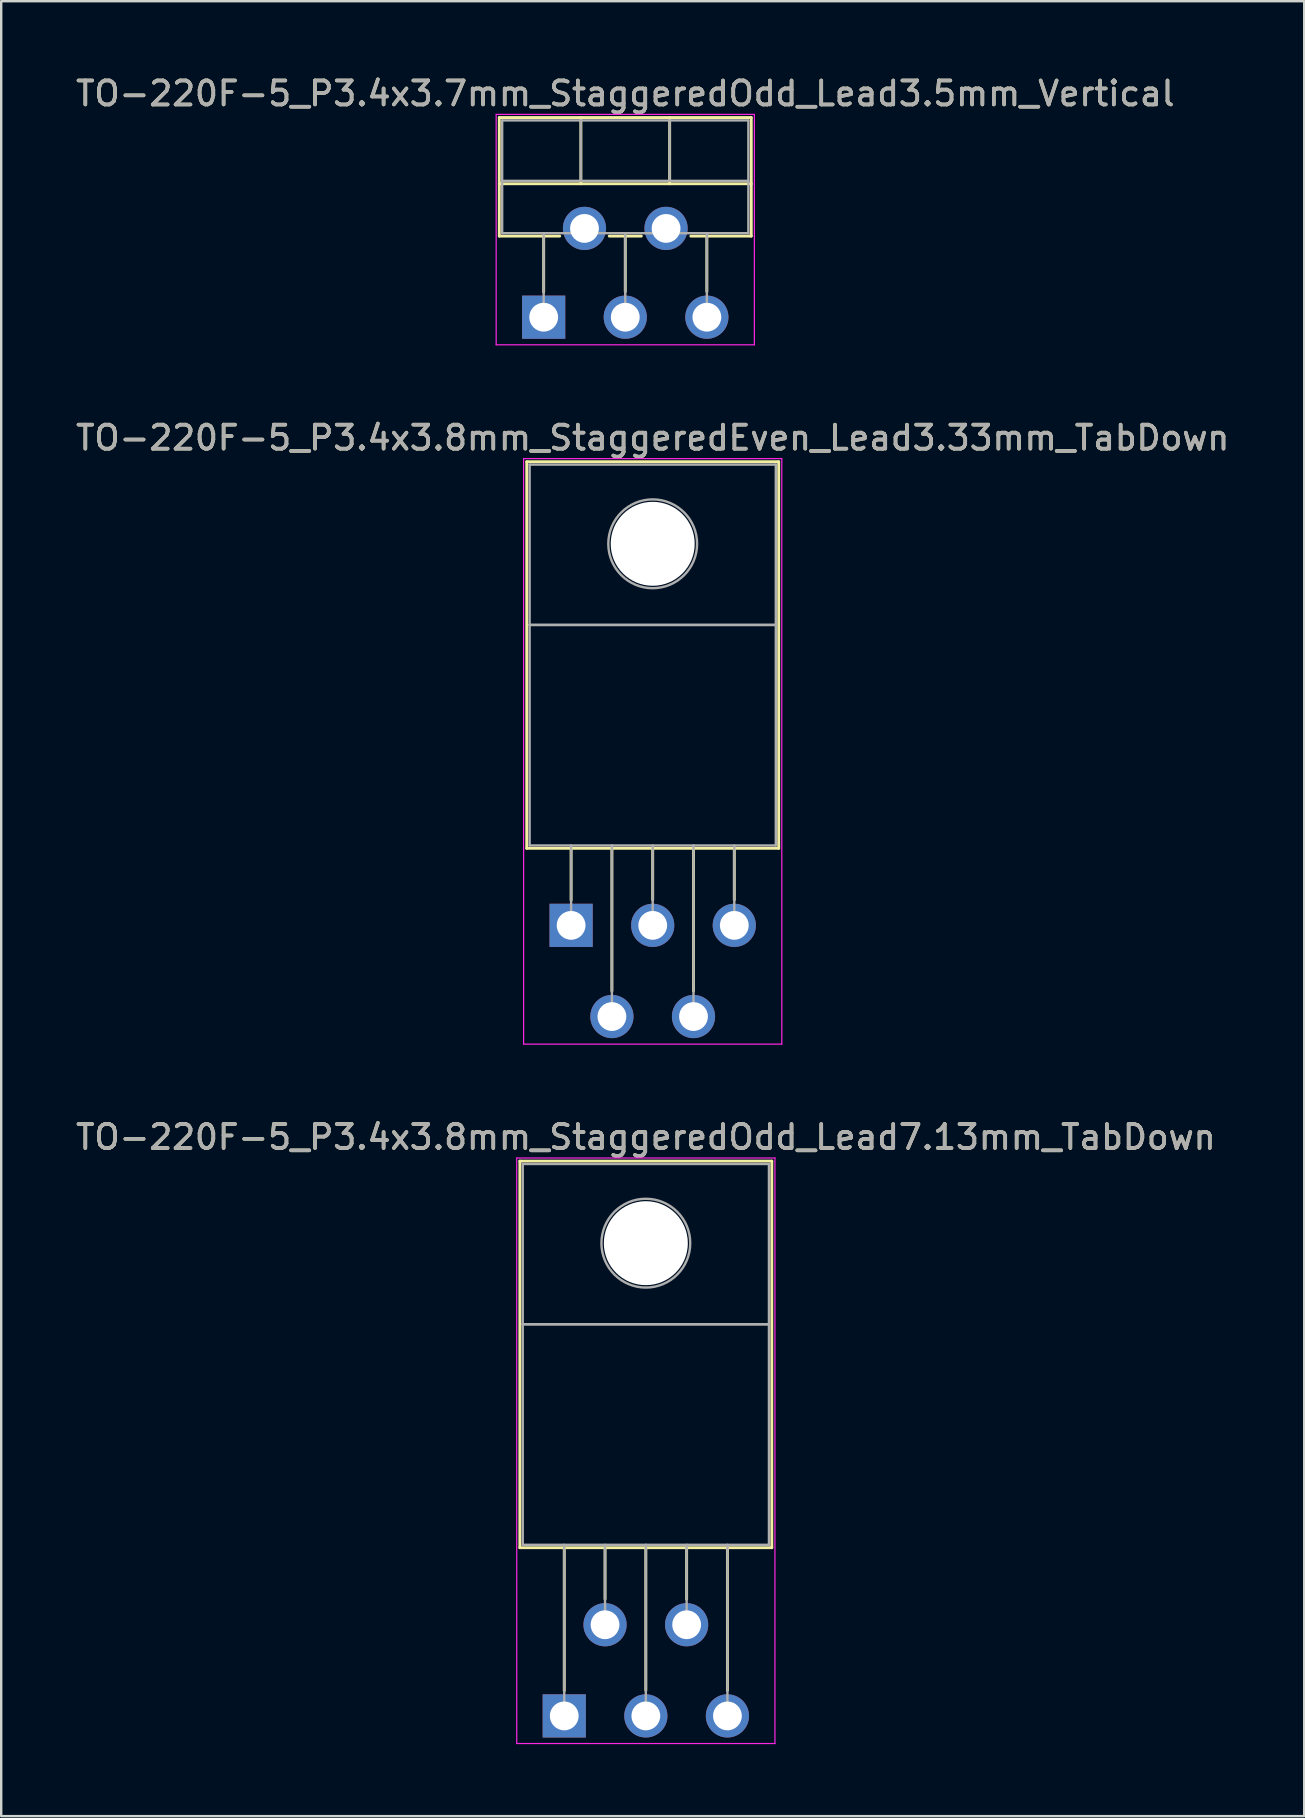
<source format=kicad_pcb>
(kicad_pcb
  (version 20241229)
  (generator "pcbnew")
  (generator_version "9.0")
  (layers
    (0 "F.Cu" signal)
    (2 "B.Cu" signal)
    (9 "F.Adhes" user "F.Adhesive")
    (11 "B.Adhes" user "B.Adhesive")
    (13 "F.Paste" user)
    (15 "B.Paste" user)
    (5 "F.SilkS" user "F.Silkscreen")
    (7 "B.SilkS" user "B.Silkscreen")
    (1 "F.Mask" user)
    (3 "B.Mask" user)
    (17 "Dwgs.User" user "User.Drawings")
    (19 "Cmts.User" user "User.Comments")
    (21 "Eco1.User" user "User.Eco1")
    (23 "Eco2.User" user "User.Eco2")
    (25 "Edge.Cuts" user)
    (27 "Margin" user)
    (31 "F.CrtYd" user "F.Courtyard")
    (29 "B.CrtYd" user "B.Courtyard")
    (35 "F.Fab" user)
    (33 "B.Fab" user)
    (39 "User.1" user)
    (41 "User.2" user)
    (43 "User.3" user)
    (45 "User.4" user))
  (footprint "TO-220F-5_P3.4x3.8mm_StaggeredEven_Lead3.33mm_TabDown"
    (layer "F.Cu")
    (at 20.749 35.511)
    (property "Reference" "TO-220F-5_P3.4x3.8mm_StaggeredEven_Lead3.33mm_TabDown" (at 3.4 -20.32 0) (layer "F.SilkS") (effects (font (size 1 1) (thickness 0.15))))
    (attr through_hole)
    (fp_line (start -1.85 -19.32) (end -1.85 -3.21) (stroke (width 0.12) (type solid)) (layer "F.SilkS"))
    (fp_line (start -1.85 -19.32) (end 8.65 -19.32) (stroke (width 0.12) (type solid)) (layer "F.SilkS"))
    (fp_line (start -1.85 -3.21) (end 8.65 -3.21) (stroke (width 0.12) (type solid)) (layer "F.SilkS"))
    (fp_line (start 0 -3.21) (end 0 -1.05) (stroke (width 0.12) (type solid)) (layer "F.SilkS"))
    (fp_line (start 1.7 -3.21) (end 1.7 2.735) (stroke (width 0.12) (type solid)) (layer "F.SilkS"))
    (fp_line (start 3.4 -3.21) (end 3.4 -1.066) (stroke (width 0.12) (type solid)) (layer "F.SilkS"))
    (fp_line (start 5.1 -3.21) (end 5.1 2.735) (stroke (width 0.12) (type solid)) (layer "F.SilkS"))
    (fp_line (start 6.8 -3.21) (end 6.8 -1.066) (stroke (width 0.12) (type solid)) (layer "F.SilkS"))
    (fp_line (start 8.65 -19.32) (end 8.65 -3.21) (stroke (width 0.12) (type solid)) (layer "F.SilkS"))
    (fp_line (start -1.98 -19.45) (end -1.98 4.95) (stroke (width 0.05) (type solid)) (layer "F.CrtYd"))
    (fp_line (start -1.98 4.95) (end 8.78 4.95) (stroke (width 0.05) (type solid)) (layer "F.CrtYd"))
    (fp_line (start 8.78 -19.45) (end -1.98 -19.45) (stroke (width 0.05) (type solid)) (layer "F.CrtYd"))
    (fp_line (start 8.78 4.95) (end 8.78 -19.45) (stroke (width 0.05) (type solid)) (layer "F.CrtYd"))
    (fp_line (start -1.73 -19.2) (end 8.53 -19.2) (stroke (width 0.1) (type solid)) (layer "F.Fab"))
    (fp_line (start -1.73 -12.52) (end -1.73 -19.2) (stroke (width 0.1) (type solid)) (layer "F.Fab"))
    (fp_line (start -1.73 -12.52) (end 8.53 -12.52) (stroke (width 0.1) (type solid)) (layer "F.Fab"))
    (fp_line (start -1.73 -3.33) (end -1.73 -12.52) (stroke (width 0.1) (type solid)) (layer "F.Fab"))
    (fp_line (start 0 -3.33) (end 0 0) (stroke (width 0.1) (type solid)) (layer "F.Fab"))
    (fp_line (start 1.7 -3.33) (end 1.7 3.8) (stroke (width 0.1) (type solid)) (layer "F.Fab"))
    (fp_line (start 3.4 -3.33) (end 3.4 0) (stroke (width 0.1) (type solid)) (layer "F.Fab"))
    (fp_line (start 5.1 -3.33) (end 5.1 3.8) (stroke (width 0.1) (type solid)) (layer "F.Fab"))
    (fp_line (start 6.8 -3.33) (end 6.8 0) (stroke (width 0.1) (type solid)) (layer "F.Fab"))
    (fp_line (start 8.53 -19.2) (end 8.53 -12.52) (stroke (width 0.1) (type solid)) (layer "F.Fab"))
    (fp_line (start 8.53 -12.52) (end -1.73 -12.52) (stroke (width 0.1) (type solid)) (layer "F.Fab"))
    (fp_line (start 8.53 -12.52) (end 8.53 -3.33) (stroke (width 0.1) (type solid)) (layer "F.Fab"))
    (fp_line (start 8.53 -3.33) (end -1.73 -3.33) (stroke (width 0.1) (type solid)) (layer "F.Fab"))
    (fp_circle (center 3.4 -15.9) (end 5.25 -15.9) (stroke (width 0.1) (type solid)) (fill no) (layer "F.Fab"))
    (fp_text user "${REFERENCE}" (at 3.4 -20.32 0) (layer "F.Fab") (effects (font (size 1 1) (thickness 0.15))))
    (pad "" np_thru_hole oval (at 3.4 -15.9) (size 3.5 3.5) (drill 3.5) (layers "*.Cu" "*.Mask"))
    (pad "1" thru_hole rect (at 0 0) (size 1.8 1.8) (drill 1.2) (layers "*.Cu" "*.Mask"))
    (pad "2" thru_hole oval (at 1.7 3.8) (size 1.8 1.8) (drill 1.2) (layers "*.Cu" "*.Mask"))
    (pad "3" thru_hole oval (at 3.4 0) (size 1.8 1.8) (drill 1.2) (layers "*.Cu" "*.Mask"))
    (pad "4" thru_hole oval (at 5.1 3.8) (size 1.8 1.8) (drill 1.2) (layers "*.Cu" "*.Mask"))
    (pad "5" thru_hole oval (at 6.8 0) (size 1.8 1.8) (drill 1.2) (layers "*.Cu" "*.Mask")))
  (footprint "TO-220F-5_P3.4x3.8mm_StaggeredOdd_Lead7.13mm_TabDown"
    (layer "F.Cu")
    (at 20.463 68.455)
    (property "Reference" "TO-220F-5_P3.4x3.8mm_StaggeredOdd_Lead7.13mm_TabDown" (at 3.4 -24.12 0) (layer "F.SilkS") (effects (font (size 1 1) (thickness 0.15))))
    (attr through_hole)
    (fp_line (start -1.85 -23.12) (end -1.85 -7.01) (stroke (width 0.12) (type solid)) (layer "F.SilkS"))
    (fp_line (start -1.85 -23.12) (end 8.65 -23.12) (stroke (width 0.12) (type solid)) (layer "F.SilkS"))
    (fp_line (start -1.85 -7.01) (end 8.65 -7.01) (stroke (width 0.12) (type solid)) (layer "F.SilkS"))
    (fp_line (start 0 -7.01) (end 0 -1.05) (stroke (width 0.12) (type solid)) (layer "F.SilkS"))
    (fp_line (start 1.7 -7.01) (end 1.7 -4.866) (stroke (width 0.12) (type solid)) (layer "F.SilkS"))
    (fp_line (start 3.4 -7.01) (end 3.4 -1.065) (stroke (width 0.12) (type solid)) (layer "F.SilkS"))
    (fp_line (start 5.1 -7.01) (end 5.1 -4.866) (stroke (width 0.12) (type solid)) (layer "F.SilkS"))
    (fp_line (start 6.8 -7.01) (end 6.8 -1.065) (stroke (width 0.12) (type solid)) (layer "F.SilkS"))
    (fp_line (start 8.65 -23.12) (end 8.65 -7.01) (stroke (width 0.12) (type solid)) (layer "F.SilkS"))
    (fp_line (start -1.98 -23.25) (end -1.98 1.15) (stroke (width 0.05) (type solid)) (layer "F.CrtYd"))
    (fp_line (start -1.98 1.15) (end 8.78 1.15) (stroke (width 0.05) (type solid)) (layer "F.CrtYd"))
    (fp_line (start 8.78 -23.25) (end -1.98 -23.25) (stroke (width 0.05) (type solid)) (layer "F.CrtYd"))
    (fp_line (start 8.78 1.15) (end 8.78 -23.25) (stroke (width 0.05) (type solid)) (layer "F.CrtYd"))
    (fp_line (start -1.73 -23) (end 8.53 -23) (stroke (width 0.1) (type solid)) (layer "F.Fab"))
    (fp_line (start -1.73 -16.32) (end -1.73 -23) (stroke (width 0.1) (type solid)) (layer "F.Fab"))
    (fp_line (start -1.73 -16.32) (end 8.53 -16.32) (stroke (width 0.1) (type solid)) (layer "F.Fab"))
    (fp_line (start -1.73 -7.13) (end -1.73 -16.32) (stroke (width 0.1) (type solid)) (layer "F.Fab"))
    (fp_line (start 0 -7.13) (end 0 0) (stroke (width 0.1) (type solid)) (layer "F.Fab"))
    (fp_line (start 1.7 -7.13) (end 1.7 -3.8) (stroke (width 0.1) (type solid)) (layer "F.Fab"))
    (fp_line (start 3.4 -7.13) (end 3.4 0) (stroke (width 0.1) (type solid)) (layer "F.Fab"))
    (fp_line (start 5.1 -7.13) (end 5.1 -3.8) (stroke (width 0.1) (type solid)) (layer "F.Fab"))
    (fp_line (start 6.8 -7.13) (end 6.8 0) (stroke (width 0.1) (type solid)) (layer "F.Fab"))
    (fp_line (start 8.53 -23) (end 8.53 -16.32) (stroke (width 0.1) (type solid)) (layer "F.Fab"))
    (fp_line (start 8.53 -16.32) (end -1.73 -16.32) (stroke (width 0.1) (type solid)) (layer "F.Fab"))
    (fp_line (start 8.53 -16.32) (end 8.53 -7.13) (stroke (width 0.1) (type solid)) (layer "F.Fab"))
    (fp_line (start 8.53 -7.13) (end -1.73 -7.13) (stroke (width 0.1) (type solid)) (layer "F.Fab"))
    (fp_circle (center 3.4 -19.7) (end 5.25 -19.7) (stroke (width 0.1) (type solid)) (fill no) (layer "F.Fab"))
    (fp_text user "${REFERENCE}" (at 3.4 -24.12 0) (layer "F.Fab") (effects (font (size 1 1) (thickness 0.15))))
    (pad "" np_thru_hole oval (at 3.4 -19.7) (size 3.5 3.5) (drill 3.5) (layers "*.Cu" "*.Mask"))
    (pad "1" thru_hole rect (at 0 0) (size 1.8 1.8) (drill 1.2) (layers "*.Cu" "*.Mask"))
    (pad "2" thru_hole oval (at 1.7 -3.8) (size 1.8 1.8) (drill 1.2) (layers "*.Cu" "*.Mask"))
    (pad "3" thru_hole oval (at 3.4 0) (size 1.8 1.8) (drill 1.2) (layers "*.Cu" "*.Mask"))
    (pad "4" thru_hole oval (at 5.1 -3.8) (size 1.8 1.8) (drill 1.2) (layers "*.Cu" "*.Mask"))
    (pad "5" thru_hole oval (at 6.8 0) (size 1.8 1.8) (drill 1.2) (layers "*.Cu" "*.Mask")))
  (footprint "TO-220F-5_P3.4x3.7mm_StaggeredOdd_Lead3.5mm_Vertical"
    (layer "F.Cu")
    (at 19.606 10.168)
    (property "Reference" "TO-220F-5_P3.4x3.7mm_StaggeredOdd_Lead3.5mm_Vertical" (at 3.4 -9.32 0) (layer "F.SilkS") (effects (font (size 1 1) (thickness 0.15))))
    (attr through_hole)
    (fp_line (start -1.85 -8.32) (end -1.85 -3.379) (stroke (width 0.12) (type solid)) (layer "F.SilkS"))
    (fp_line (start -1.85 -8.32) (end 8.65 -8.32) (stroke (width 0.12) (type solid)) (layer "F.SilkS"))
    (fp_line (start -1.85 -5.561) (end 8.65 -5.561) (stroke (width 0.12) (type solid)) (layer "F.SilkS"))
    (fp_line (start -1.85 -3.379) (end 0.669 -3.379) (stroke (width 0.12) (type solid)) (layer "F.SilkS"))
    (fp_line (start 0 -3.379) (end 0 -1.049) (stroke (width 0.12) (type solid)) (layer "F.SilkS"))
    (fp_line (start 1.55 -8.32) (end 1.55 -5.561) (stroke (width 0.12) (type solid)) (layer "F.SilkS"))
    (fp_line (start 2.732 -3.379) (end 4.069 -3.379) (stroke (width 0.12) (type solid)) (layer "F.SilkS"))
    (fp_line (start 3.4 -3.379) (end 3.4 -1.065) (stroke (width 0.12) (type solid)) (layer "F.SilkS"))
    (fp_line (start 5.25 -8.32) (end 5.25 -5.561) (stroke (width 0.12) (type solid)) (layer "F.SilkS"))
    (fp_line (start 6.132 -3.379) (end 8.65 -3.379) (stroke (width 0.12) (type solid)) (layer "F.SilkS"))
    (fp_line (start 6.8 -3.379) (end 6.8 -1.065) (stroke (width 0.12) (type solid)) (layer "F.SilkS"))
    (fp_line (start 8.65 -8.32) (end 8.65 -3.379) (stroke (width 0.12) (type solid)) (layer "F.SilkS"))
    (fp_line (start -1.98 -8.45) (end -1.98 1.15) (stroke (width 0.05) (type solid)) (layer "F.CrtYd"))
    (fp_line (start -1.98 1.15) (end 8.78 1.15) (stroke (width 0.05) (type solid)) (layer "F.CrtYd"))
    (fp_line (start 8.78 -8.45) (end -1.98 -8.45) (stroke (width 0.05) (type solid)) (layer "F.CrtYd"))
    (fp_line (start 8.78 1.15) (end 8.78 -8.45) (stroke (width 0.05) (type solid)) (layer "F.CrtYd"))
    (fp_line (start -1.73 -8.2) (end -1.73 -3.5) (stroke (width 0.1) (type solid)) (layer "F.Fab"))
    (fp_line (start -1.73 -5.68) (end 8.53 -5.68) (stroke (width 0.1) (type solid)) (layer "F.Fab"))
    (fp_line (start -1.73 -3.5) (end 8.53 -3.5) (stroke (width 0.1) (type solid)) (layer "F.Fab"))
    (fp_line (start 0 -3.5) (end 0 0) (stroke (width 0.1) (type solid)) (layer "F.Fab"))
    (fp_line (start 1.55 -8.2) (end 1.55 -5.68) (stroke (width 0.1) (type solid)) (layer "F.Fab"))
    (fp_line (start 3.4 -3.5) (end 3.4 0) (stroke (width 0.1) (type solid)) (layer "F.Fab"))
    (fp_line (start 5.25 -8.2) (end 5.25 -5.68) (stroke (width 0.1) (type solid)) (layer "F.Fab"))
    (fp_line (start 6.8 -3.5) (end 6.8 0) (stroke (width 0.1) (type solid)) (layer "F.Fab"))
    (fp_line (start 8.53 -8.2) (end -1.73 -8.2) (stroke (width 0.1) (type solid)) (layer "F.Fab"))
    (fp_line (start 8.53 -3.5) (end 8.53 -8.2) (stroke (width 0.1) (type solid)) (layer "F.Fab"))
    (fp_text user "${REFERENCE}" (at 3.4 -9.32 0) (layer "F.Fab") (effects (font (size 1 1) (thickness 0.15))))
    (pad "1" thru_hole rect (at 0 0) (size 1.8 1.8) (drill 1.2) (layers "*.Cu" "*.Mask"))
    (pad "2" thru_hole oval (at 1.7 -3.7) (size 1.8 1.8) (drill 1.2) (layers "*.Cu" "*.Mask"))
    (pad "3" thru_hole oval (at 3.4 0) (size 1.8 1.8) (drill 1.2) (layers "*.Cu" "*.Mask"))
    (pad "4" thru_hole oval (at 5.1 -3.7) (size 1.8 1.8) (drill 1.2) (layers "*.Cu" "*.Mask"))
    (pad "5" thru_hole oval (at 6.8 0) (size 1.8 1.8) (drill 1.2) (layers "*.Cu" "*.Mask")))
  (gr_rect
    (start -3 -3)
    (end 51.298 72.63)
    (stroke (width 0.1) (type default))
    (fill no)
    (layer "Edge.Cuts")))
</source>
